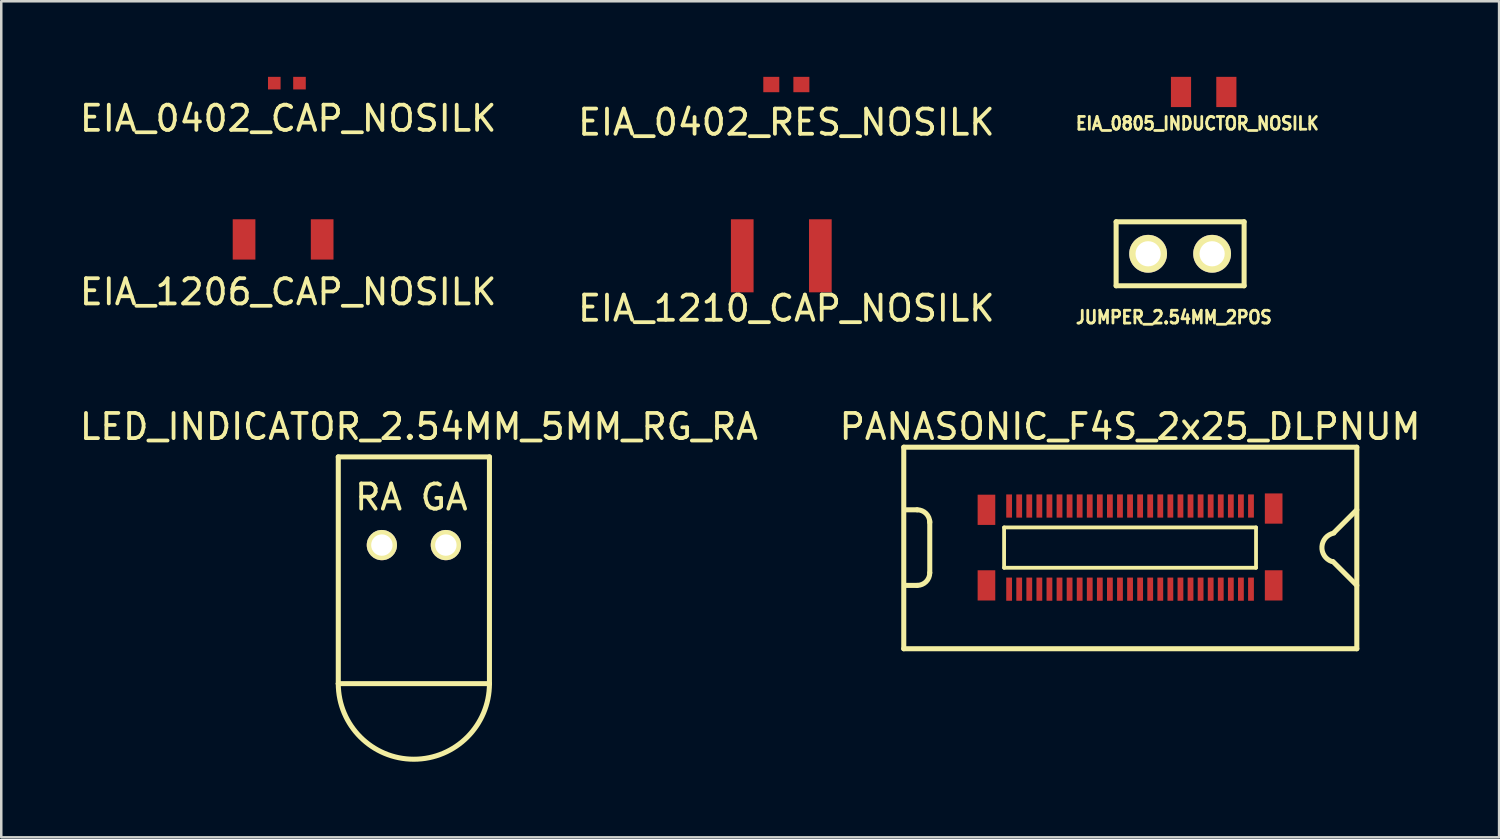
<source format=kicad_pcb>
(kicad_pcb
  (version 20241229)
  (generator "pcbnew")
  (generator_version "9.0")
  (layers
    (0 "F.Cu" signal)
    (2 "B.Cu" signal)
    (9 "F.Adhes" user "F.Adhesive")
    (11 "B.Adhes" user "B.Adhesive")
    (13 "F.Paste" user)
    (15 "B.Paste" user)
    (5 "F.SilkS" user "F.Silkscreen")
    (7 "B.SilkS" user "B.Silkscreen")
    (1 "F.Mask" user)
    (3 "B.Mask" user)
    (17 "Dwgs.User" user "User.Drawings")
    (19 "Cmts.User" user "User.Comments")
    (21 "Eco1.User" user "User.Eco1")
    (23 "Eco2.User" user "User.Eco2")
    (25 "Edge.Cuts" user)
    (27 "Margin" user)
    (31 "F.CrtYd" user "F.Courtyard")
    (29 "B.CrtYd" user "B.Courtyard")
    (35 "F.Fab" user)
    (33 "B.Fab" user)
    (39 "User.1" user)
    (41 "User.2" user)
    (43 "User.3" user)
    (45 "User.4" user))
  (footprint "EIA_1210_CAP_NOSILK"
    (layer "F.Cu")
    (at 27.961 7.088)
    (property "Reference" "EIA_1210_CAP_NOSILK" (at 0.2 2.1 0) (layer "F.SilkS") (effects (font (size 1 1) (thickness 0.15))))
    (attr through_hole)
    (pad "1" smd rect (at -1.55 0.015) (size 0.9 2.9) (layers "F.Cu" "F.Mask" "F.Paste"))
    (pad "2" smd rect (at 1.55 0.015) (size 0.9 2.9) (layers "F.Cu" "F.Mask" "F.Paste")))
  (footprint "EIA_1206_CAP_NOSILK"
    (layer "F.Cu")
    (at 8.187 6.438)
    (property "Reference" "EIA_1206_CAP_NOSILK" (at 0.2 2.1 0) (layer "F.SilkS") (effects (font (size 1 1) (thickness 0.15))))
    (attr through_hole)
    (pad "1" smd rect (at -1.55 0.015) (size 0.9 1.6) (layers "F.Cu" "F.Mask" "F.Paste"))
    (pad "2" smd rect (at 1.55 0.015) (size 0.9 1.6) (layers "F.Cu" "F.Mask" "F.Paste")))
  (footprint "PANASONIC_F4S_2x25_DLPNUM"
    (layer "F.Cu")
    (at 41.804 18.685)
    (property "Reference" "PANASONIC_F4S_2x25_DLPNUM" (at 0 -4.8 0) (layer "F.SilkS") (effects (font (size 1 1) (thickness 0.15))))
    (attr through_hole)
    (fp_line (start -8.982 -3.985) (end 9 -3.985) (stroke (width 0.2) (type solid)) (layer "F.SilkS"))
    (fp_line (start -8.982 4.015) (end -8.982 -3.985) (stroke (width 0.2) (type solid)) (layer "F.SilkS"))
    (fp_line (start -8.45 -1.5) (end -8.95 -1.5) (stroke (width 0.2) (type solid)) (layer "F.SilkS"))
    (fp_line (start -8.45 1.5) (end -8.95 1.5) (stroke (width 0.2) (type solid)) (layer "F.SilkS"))
    (fp_line (start -7.95 -1.05) (end -7.95 1) (stroke (width 0.2) (type solid)) (layer "F.SilkS"))
    (fp_line (start -5 -0.8) (end -5 0.8) (stroke (width 0.15) (type solid)) (layer "F.SilkS"))
    (fp_line (start -5 0.8) (end 5 0.8) (stroke (width 0.15) (type solid)) (layer "F.SilkS"))
    (fp_line (start 5 -0.8) (end -5 -0.8) (stroke (width 0.15) (type solid)) (layer "F.SilkS"))
    (fp_line (start 5 0.8) (end 5 -0.8) (stroke (width 0.15) (type solid)) (layer "F.SilkS"))
    (fp_line (start 8.05 0.55) (end 9 1.5) (stroke (width 0.2) (type solid)) (layer "F.SilkS"))
    (fp_line (start 9 -3.985) (end 9 4.015) (stroke (width 0.2) (type solid)) (layer "F.SilkS"))
    (fp_line (start 9 -1.5) (end 8.1 -0.6) (stroke (width 0.2) (type solid)) (layer "F.SilkS"))
    (fp_line (start 9 4.015) (end -8.982 4.015) (stroke (width 0.2) (type solid)) (layer "F.SilkS"))
    (fp_arc (start -8.45 -1.5) (mid -8.096447 -1.353553) (end -7.95 -1) (stroke (width 0.2) (type solid)) (layer "F.SilkS"))
    (fp_arc (start -7.95 1) (mid -8.096447 1.353553) (end -8.45 1.5) (stroke (width 0.2) (type solid)) (layer "F.SilkS"))
    (fp_arc (start 8 0.55) (mid 7.616441 -0.044253) (end 8.085226 -0.57387) (stroke (width 0.2) (type solid)) (layer "F.SilkS"))
    (pad "" smd rect (at -5.7 -1.5) (size 0.7 1.2) (layers "F.Cu" "F.Mask" "F.Paste"))
    (pad "" smd rect (at -5.7 1.5) (size 0.7 1.2) (layers "F.Cu" "F.Mask" "F.Paste"))
    (pad "" smd rect (at 5.7 -1.55) (size 0.7 1.2) (layers "F.Cu" "F.Mask" "F.Paste"))
    (pad "" smd rect (at 5.7 1.5) (size 0.7 1.2) (layers "F.Cu" "F.Mask" "F.Paste"))
    (pad "D1" smd rect (at -4.8 1.65) (size 0.23 0.92) (layers "F.Cu" "F.Mask" "F.Paste"))
    (pad "D2" smd rect (at -4.4 1.65) (size 0.23 0.92) (layers "F.Cu" "F.Mask" "F.Paste"))
    (pad "D3" smd rect (at -4 1.65) (size 0.23 0.92) (layers "F.Cu" "F.Mask" "F.Paste"))
    (pad "D4" smd rect (at -3.6 1.65) (size 0.23 0.92) (layers "F.Cu" "F.Mask" "F.Paste"))
    (pad "D5" smd rect (at -3.2 1.65) (size 0.23 0.92) (layers "F.Cu" "F.Mask" "F.Paste"))
    (pad "D6" smd rect (at -2.8 1.65) (size 0.23 0.92) (layers "F.Cu" "F.Mask" "F.Paste"))
    (pad "D7" smd rect (at -2.4 1.65) (size 0.23 0.92) (layers "F.Cu" "F.Mask" "F.Paste"))
    (pad "D8" smd rect (at -2 1.65) (size 0.23 0.92) (layers "F.Cu" "F.Mask" "F.Paste"))
    (pad "D9" smd rect (at -1.6 1.65) (size 0.23 0.92) (layers "F.Cu" "F.Mask" "F.Paste"))
    (pad "D10" smd rect (at -1.2 1.65) (size 0.23 0.92) (layers "F.Cu" "F.Mask" "F.Paste"))
    (pad "D11" smd rect (at -0.8 1.65) (size 0.23 0.92) (layers "F.Cu" "F.Mask" "F.Paste"))
    (pad "D12" smd rect (at -0.4 1.65) (size 0.23 0.92) (layers "F.Cu" "F.Mask" "F.Paste"))
    (pad "D13" smd rect (at 0 1.65) (size 0.23 0.92) (layers "F.Cu" "F.Mask" "F.Paste"))
    (pad "D14" smd rect (at 0.4 1.65) (size 0.23 0.92) (layers "F.Cu" "F.Mask" "F.Paste"))
    (pad "D15" smd rect (at 0.8 1.65) (size 0.23 0.92) (layers "F.Cu" "F.Mask" "F.Paste"))
    (pad "D16" smd rect (at 1.2 1.65) (size 0.23 0.92) (layers "F.Cu" "F.Mask" "F.Paste"))
    (pad "D17" smd rect (at 1.6 1.65) (size 0.23 0.92) (layers "F.Cu" "F.Mask" "F.Paste"))
    (pad "D18" smd rect (at 2 1.65) (size 0.23 0.92) (layers "F.Cu" "F.Mask" "F.Paste"))
    (pad "D19" smd rect (at 2.4 1.65) (size 0.23 0.92) (layers "F.Cu" "F.Mask" "F.Paste"))
    (pad "D20" smd rect (at 2.8 1.65) (size 0.23 0.92) (layers "F.Cu" "F.Mask" "F.Paste"))
    (pad "D21" smd rect (at 3.2 1.65) (size 0.23 0.92) (layers "F.Cu" "F.Mask" "F.Paste"))
    (pad "D22" smd rect (at 3.6 1.65) (size 0.23 0.92) (layers "F.Cu" "F.Mask" "F.Paste"))
    (pad "D23" smd rect (at 4 1.65) (size 0.23 0.92) (layers "F.Cu" "F.Mask" "F.Paste"))
    (pad "D24" smd rect (at 4.4 1.65) (size 0.23 0.92) (layers "F.Cu" "F.Mask" "F.Paste"))
    (pad "D25" smd rect (at 4.8 1.65) (size 0.23 0.92) (layers "F.Cu" "F.Mask" "F.Paste"))
    (pad "E1" smd rect (at -4.8 -1.65) (size 0.23 0.92) (layers "F.Cu" "F.Mask" "F.Paste"))
    (pad "E2" smd rect (at -4.4 -1.65) (size 0.23 0.92) (layers "F.Cu" "F.Mask" "F.Paste"))
    (pad "E3" smd rect (at -4 -1.65) (size 0.23 0.92) (layers "F.Cu" "F.Mask" "F.Paste"))
    (pad "E4" smd rect (at -3.6 -1.65) (size 0.23 0.92) (layers "F.Cu" "F.Mask" "F.Paste"))
    (pad "E5" smd rect (at -3.2 -1.65) (size 0.23 0.92) (layers "F.Cu" "F.Mask" "F.Paste"))
    (pad "E6" smd rect (at -2.8 -1.65) (size 0.23 0.92) (layers "F.Cu" "F.Mask" "F.Paste"))
    (pad "E7" smd rect (at -2.4 -1.65) (size 0.23 0.92) (layers "F.Cu" "F.Mask" "F.Paste"))
    (pad "E8" smd rect (at -2 -1.65) (size 0.23 0.92) (layers "F.Cu" "F.Mask" "F.Paste"))
    (pad "E9" smd rect (at -1.6 -1.65) (size 0.23 0.92) (layers "F.Cu" "F.Mask" "F.Paste"))
    (pad "E10" smd rect (at -1.2 -1.65) (size 0.23 0.92) (layers "F.Cu" "F.Mask" "F.Paste"))
    (pad "E11" smd rect (at -0.8 -1.65) (size 0.23 0.92) (layers "F.Cu" "F.Mask" "F.Paste"))
    (pad "E12" smd rect (at -0.4 -1.65) (size 0.23 0.92) (layers "F.Cu" "F.Mask" "F.Paste"))
    (pad "E13" smd rect (at 0 -1.65) (size 0.23 0.92) (layers "F.Cu" "F.Mask" "F.Paste"))
    (pad "E14" smd rect (at 0.4 -1.65) (size 0.23 0.92) (layers "F.Cu" "F.Mask" "F.Paste"))
    (pad "E15" smd rect (at 0.8 -1.65) (size 0.23 0.92) (layers "F.Cu" "F.Mask" "F.Paste"))
    (pad "E16" smd rect (at 1.2 -1.65) (size 0.23 0.92) (layers "F.Cu" "F.Mask" "F.Paste"))
    (pad "E17" smd rect (at 1.6 -1.65) (size 0.23 0.92) (layers "F.Cu" "F.Mask" "F.Paste"))
    (pad "E18" smd rect (at 2 -1.65) (size 0.23 0.92) (layers "F.Cu" "F.Mask" "F.Paste"))
    (pad "E19" smd rect (at 2.4 -1.65) (size 0.23 0.92) (layers "F.Cu" "F.Mask" "F.Paste"))
    (pad "E20" smd rect (at 2.8 -1.65) (size 0.23 0.92) (layers "F.Cu" "F.Mask" "F.Paste"))
    (pad "E21" smd rect (at 3.2 -1.65) (size 0.23 0.92) (layers "F.Cu" "F.Mask" "F.Paste"))
    (pad "E22" smd rect (at 3.6 -1.65) (size 0.23 0.92) (layers "F.Cu" "F.Mask" "F.Paste"))
    (pad "E23" smd rect (at 4 -1.65) (size 0.23 0.92) (layers "F.Cu" "F.Mask" "F.Paste"))
    (pad "E24" smd rect (at 4.4 -1.65) (size 0.23 0.92) (layers "F.Cu" "F.Mask" "F.Paste"))
    (pad "E25" smd rect (at 4.8 -1.65) (size 0.23 0.92) (layers "F.Cu" "F.Mask" "F.Paste")))
  (footprint "LED_INDICATOR_2.54MM_5MM_RG_RA"
    (layer "F.Cu")
    (at 13.377 18.585)
    (property "Reference" "LED_INDICATOR_2.54MM_5MM_RG_RA" (at 0.2 -4.7 0) (layer "F.SilkS") (effects (font (size 1 1) (thickness 0.15))))
    (attr through_hole)
    (fp_line (start -3 -3.5) (end 3 -3.5) (stroke (width 0.2) (type solid)) (layer "F.SilkS"))
    (fp_line (start -3 5.5) (end -3 -3.5) (stroke (width 0.2) (type solid)) (layer "F.SilkS"))
    (fp_line (start 3 -3.5) (end 3 -0.1) (stroke (width 0.2) (type solid)) (layer "F.SilkS"))
    (fp_line (start 3 -0.1) (end 3 5.5) (stroke (width 0.2) (type solid)) (layer "F.SilkS"))
    (fp_line (start 3 5.5) (end -3 5.5) (stroke (width 0.2) (type solid)) (layer "F.SilkS"))
    (fp_arc (start 3 5.5) (mid 0 8.5) (end -3 5.5) (stroke (width 0.2) (type solid)) (layer "F.SilkS"))
    (fp_text user "RA" (at -1.4 -1.9 0) (layer "F.SilkS") (effects (font (size 1 1) (thickness 0.15))))
    (fp_text user "GA" (at 1.2 -1.9 0) (layer "F.SilkS") (effects (font (size 1 1) (thickness 0.15))))
    (pad "1" thru_hole circle (at -1.27 0) (size 1.2 1.2) (drill 0.85) (layers "*.Cu" "*.Mask" "F.SilkS"))
    (pad "2" thru_hole circle (at 1.27 0) (size 1.2 1.2) (drill 0.85) (layers "*.Cu" "*.Mask" "F.SilkS")))
  (footprint "EIA_0805_INDUCTOR_NOSILK"
    (layer "F.Cu")
    (at 44.726 0.6)
    (property "Reference" "EIA_0805_INDUCTOR_NOSILK" (at -0.25 1.25 0) (layer "F.SilkS") (effects (font (size 0.508 0.457) (thickness 0.11))))
    (attr through_hole)
    (pad "1" smd rect (at -0.9 0) (size 0.8 1.2) (layers "F.Cu" "F.Mask" "F.Paste"))
    (pad "2" smd rect (at 0.9 0) (size 0.8 1.2) (layers "F.Cu" "F.Mask" "F.Paste")))
  (footprint "JUMPER_2.54MM_2POS"
    (layer "F.Cu")
    (at 43.791 7.023)
    (property "Reference" "JUMPER_2.54MM_2POS" (at -0.25 2.52 0) (layer "F.SilkS") (effects (font (size 0.508 0.457) (thickness 0.11))))
    (attr through_hole)
    (fp_line (start -2.54 -1.27) (end -2.54 1.27) (stroke (width 0.2) (type solid)) (layer "F.SilkS"))
    (fp_line (start -2.54 1.27) (end 2.54 1.27) (stroke (width 0.2) (type solid)) (layer "F.SilkS"))
    (fp_line (start 2.54 -1.27) (end -2.54 -1.27) (stroke (width 0.2) (type solid)) (layer "F.SilkS"))
    (fp_line (start 2.54 1.27) (end 2.54 -1.27) (stroke (width 0.2) (type solid)) (layer "F.SilkS"))
    (pad "1" thru_hole circle (at -1.27 0) (size 1.5 1.5) (drill 1) (layers "*.Cu" "*.Mask" "F.SilkS"))
    (pad "2" thru_hole circle (at 1.27 0) (size 1.5 1.5) (drill 1) (layers "*.Cu" "*.Mask" "F.SilkS")))
  (footprint "EIA_0402_RES_NOSILK"
    (layer "F.Cu")
    (at 28.161 0.305)
    (property "Reference" "EIA_0402_RES_NOSILK" (at 0 1.5 0) (layer "F.SilkS") (effects (font (size 1 1) (thickness 0.15))))
    (attr through_hole)
    (pad "1" smd rect (at -0.597 0) (size 0.635 0.61) (layers "F.Cu" "F.Mask" "F.Paste"))
    (pad "2" smd rect (at 0.597 0) (size 0.635 0.61) (layers "F.Cu" "F.Mask" "F.Paste")))
  (footprint "EIA_0402_CAP_NOSILK"
    (layer "F.Cu")
    (at 8.337 0.25)
    (property "Reference" "EIA_0402_CAP_NOSILK" (at 0.05 1.4 0) (layer "F.SilkS") (effects (font (size 1 1) (thickness 0.15))))
    (attr through_hole)
    (pad "1" smd rect (at -0.5 0) (size 0.5 0.5) (layers "F.Cu" "F.Mask" "F.Paste"))
    (pad "2" smd rect (at 0.5 0) (size 0.5 0.5) (layers "F.Cu" "F.Mask" "F.Paste")))
  (gr_rect
    (start -3 -3)
    (end 56.452 30.185)
    (stroke (width 0.1) (type default))
    (fill no)
    (layer "Edge.Cuts")))
</source>
